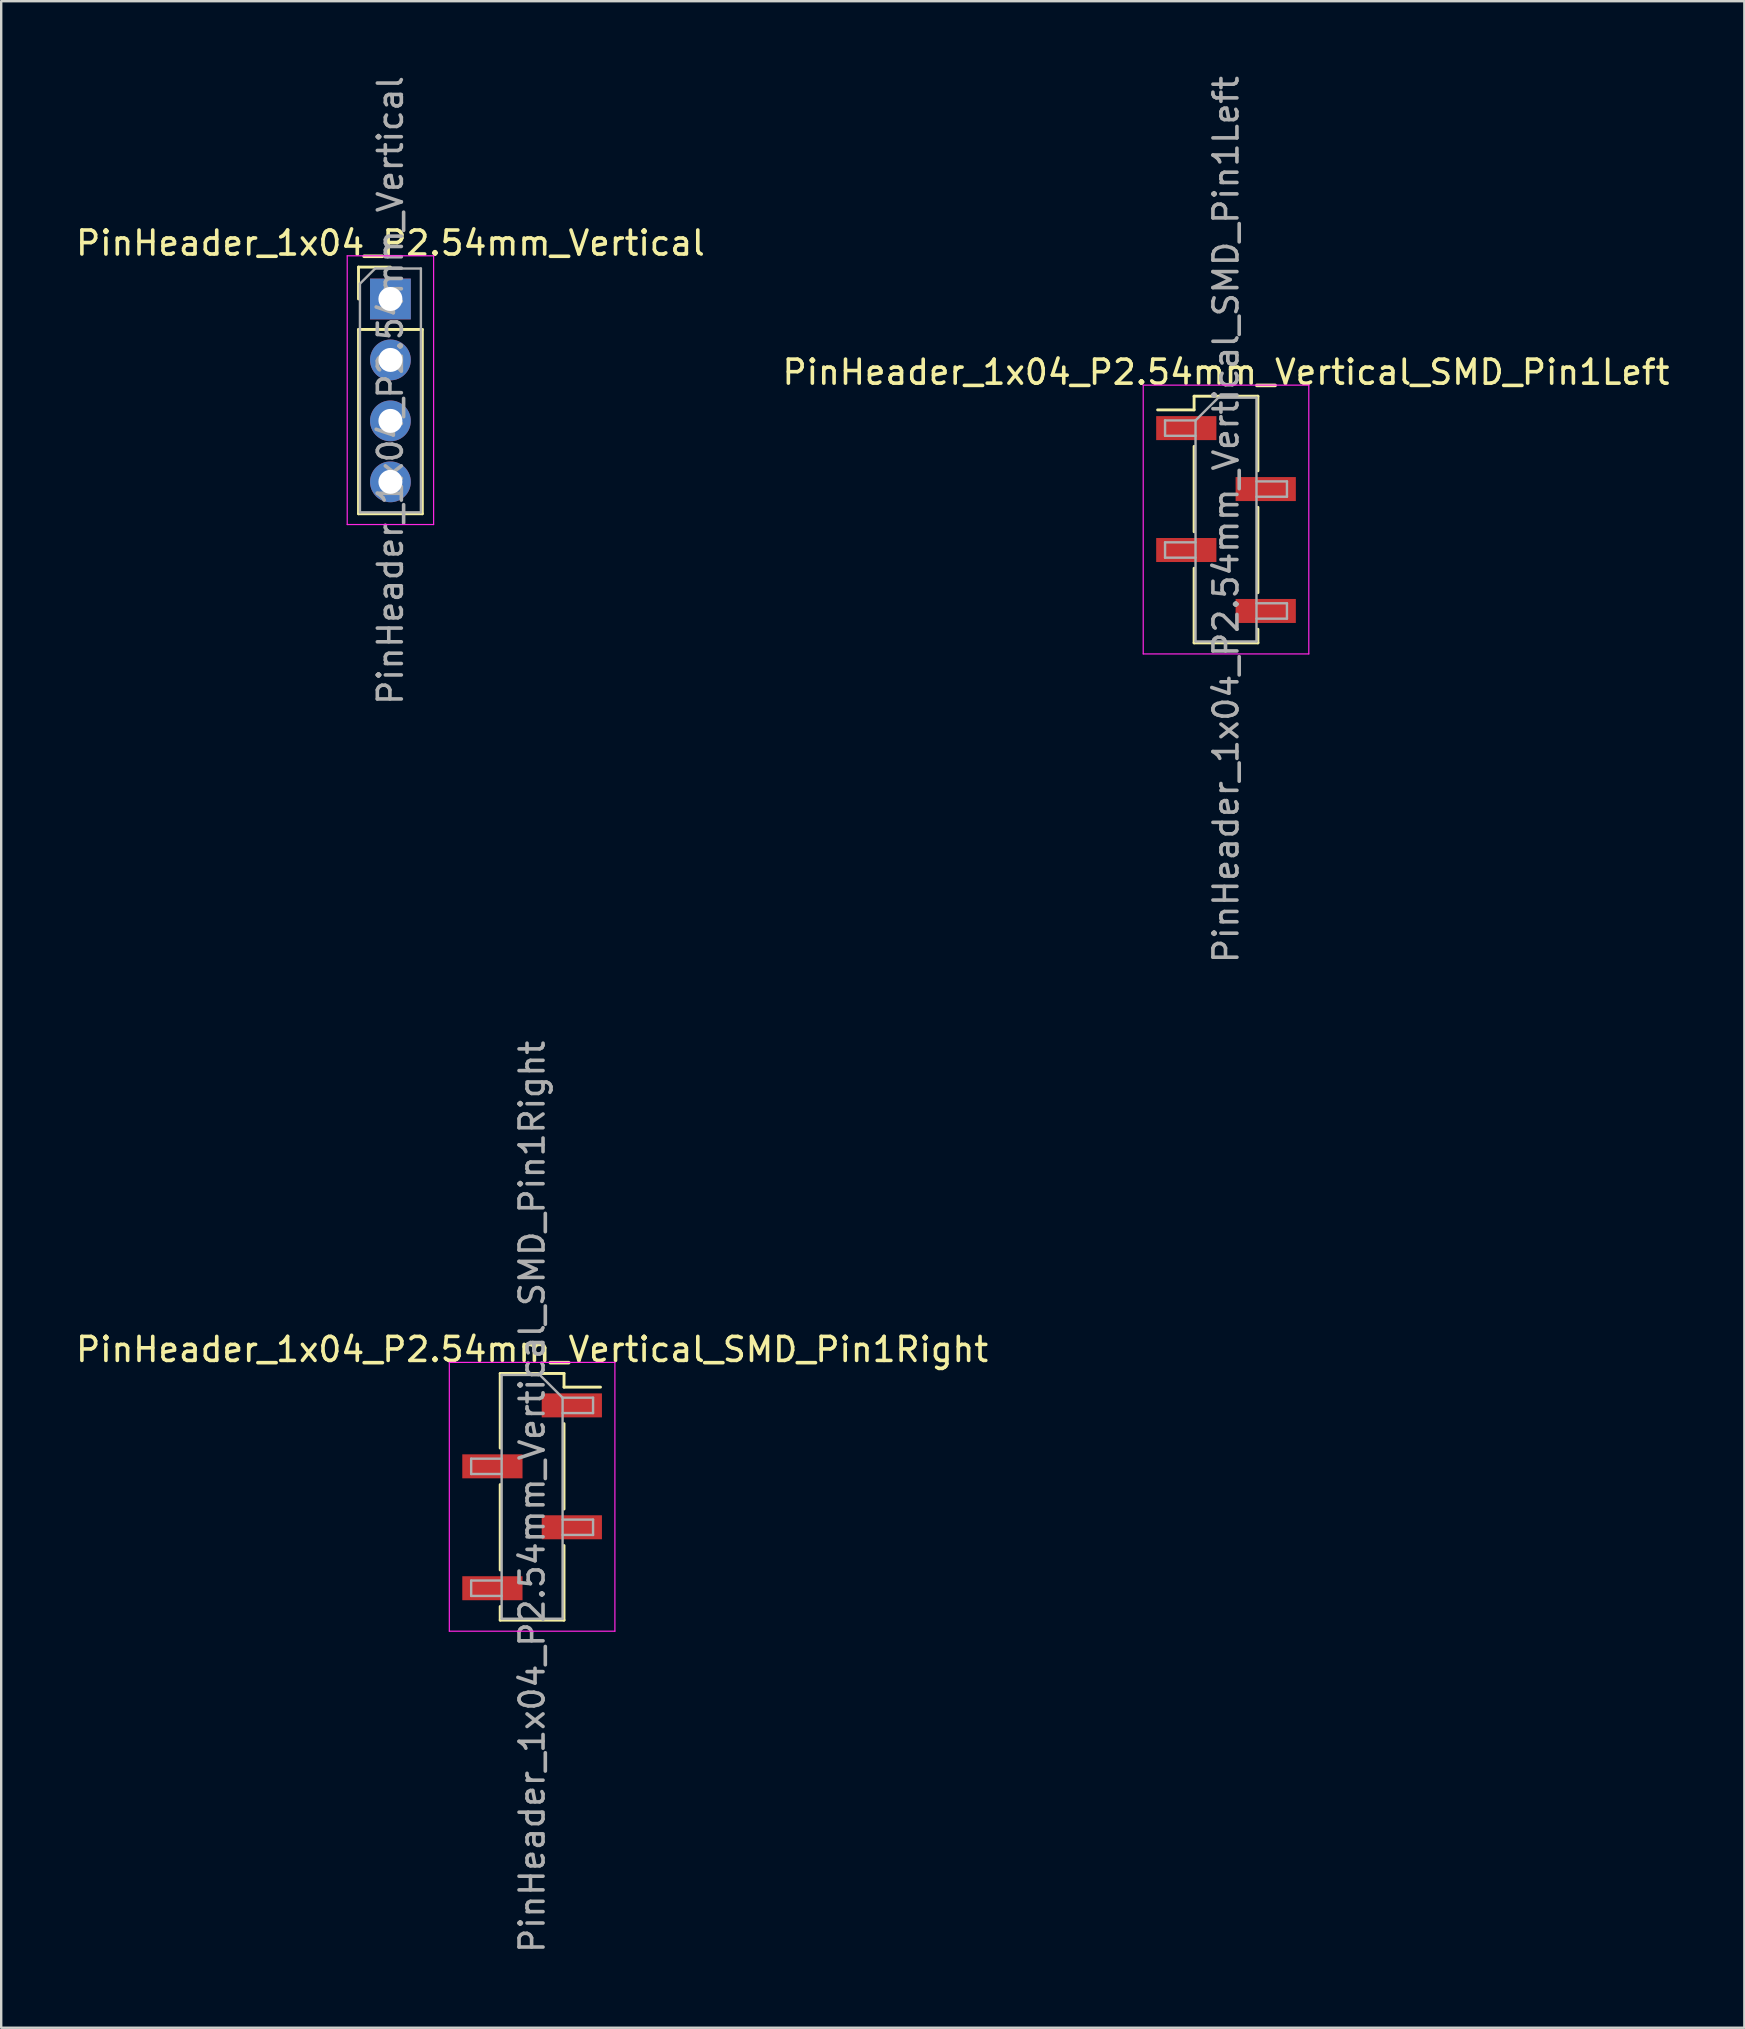
<source format=kicad_pcb>
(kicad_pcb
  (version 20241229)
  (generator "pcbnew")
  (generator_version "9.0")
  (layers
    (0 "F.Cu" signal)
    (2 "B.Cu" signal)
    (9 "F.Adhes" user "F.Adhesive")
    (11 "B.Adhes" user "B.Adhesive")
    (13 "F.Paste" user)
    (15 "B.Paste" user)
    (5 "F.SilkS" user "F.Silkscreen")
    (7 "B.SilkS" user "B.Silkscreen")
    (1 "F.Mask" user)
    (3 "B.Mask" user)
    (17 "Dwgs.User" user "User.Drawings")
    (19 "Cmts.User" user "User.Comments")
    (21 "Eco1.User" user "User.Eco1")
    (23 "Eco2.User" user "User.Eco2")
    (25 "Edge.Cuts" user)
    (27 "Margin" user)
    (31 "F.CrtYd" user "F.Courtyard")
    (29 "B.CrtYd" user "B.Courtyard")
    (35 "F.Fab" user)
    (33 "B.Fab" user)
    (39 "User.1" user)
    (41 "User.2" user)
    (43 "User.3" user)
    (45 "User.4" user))
  (footprint "PinHeader_1x04_P2.54mm_Vertical_SMD_Pin1Right"
    (layer "F.Cu")
    (at 19.125 59.327)
    (property "Reference" "PinHeader_1x04_P2.54mm_Vertical_SMD_Pin1Right" (at 0 -6.14 0) (layer "F.SilkS") (effects (font (size 1 1) (thickness 0.15))))
    (attr smd)
    (fp_line (start -1.33 -5.14) (end -1.33 -2.03) (stroke (width 0.12) (type solid)) (layer "F.SilkS"))
    (fp_line (start -1.33 -5.14) (end 1.33 -5.14) (stroke (width 0.12) (type solid)) (layer "F.SilkS"))
    (fp_line (start -1.33 -0.51) (end -1.33 3.05) (stroke (width 0.12) (type solid)) (layer "F.SilkS"))
    (fp_line (start -1.33 4.57) (end -1.33 5.14) (stroke (width 0.12) (type solid)) (layer "F.SilkS"))
    (fp_line (start -1.33 5.14) (end 1.33 5.14) (stroke (width 0.12) (type solid)) (layer "F.SilkS"))
    (fp_line (start 1.33 -5.14) (end 1.33 -4.57) (stroke (width 0.12) (type solid)) (layer "F.SilkS"))
    (fp_line (start 1.33 -4.57) (end 2.85 -4.57) (stroke (width 0.12) (type solid)) (layer "F.SilkS"))
    (fp_line (start 1.33 -3.05) (end 1.33 0.51) (stroke (width 0.12) (type solid)) (layer "F.SilkS"))
    (fp_line (start 1.33 2.03) (end 1.33 5.14) (stroke (width 0.12) (type solid)) (layer "F.SilkS"))
    (fp_line (start -3.45 -5.6) (end -3.45 5.6) (stroke (width 0.05) (type solid)) (layer "F.CrtYd"))
    (fp_line (start -3.45 5.6) (end 3.45 5.6) (stroke (width 0.05) (type solid)) (layer "F.CrtYd"))
    (fp_line (start 3.45 -5.6) (end -3.45 -5.6) (stroke (width 0.05) (type solid)) (layer "F.CrtYd"))
    (fp_line (start 3.45 5.6) (end 3.45 -5.6) (stroke (width 0.05) (type solid)) (layer "F.CrtYd"))
    (fp_line (start -2.54 -1.59) (end -2.54 -0.95) (stroke (width 0.1) (type solid)) (layer "F.Fab"))
    (fp_line (start -2.54 -0.95) (end -1.27 -0.95) (stroke (width 0.1) (type solid)) (layer "F.Fab"))
    (fp_line (start -2.54 3.49) (end -2.54 4.13) (stroke (width 0.1) (type solid)) (layer "F.Fab"))
    (fp_line (start -2.54 4.13) (end -1.27 4.13) (stroke (width 0.1) (type solid)) (layer "F.Fab"))
    (fp_line (start -1.27 -5.08) (end -1.27 5.08) (stroke (width 0.1) (type solid)) (layer "F.Fab"))
    (fp_line (start -1.27 -5.08) (end 0.32 -5.08) (stroke (width 0.1) (type solid)) (layer "F.Fab"))
    (fp_line (start -1.27 -1.59) (end -2.54 -1.59) (stroke (width 0.1) (type solid)) (layer "F.Fab"))
    (fp_line (start -1.27 3.49) (end -2.54 3.49) (stroke (width 0.1) (type solid)) (layer "F.Fab"))
    (fp_line (start 1.27 -4.13) (end 0.32 -5.08) (stroke (width 0.1) (type solid)) (layer "F.Fab"))
    (fp_line (start 1.27 -4.13) (end 2.54 -4.13) (stroke (width 0.1) (type solid)) (layer "F.Fab"))
    (fp_line (start 1.27 0.95) (end 2.54 0.95) (stroke (width 0.1) (type solid)) (layer "F.Fab"))
    (fp_line (start 1.27 5.08) (end -1.27 5.08) (stroke (width 0.1) (type solid)) (layer "F.Fab"))
    (fp_line (start 1.27 5.08) (end 1.27 -4.13) (stroke (width 0.1) (type solid)) (layer "F.Fab"))
    (fp_line (start 2.54 -4.13) (end 2.54 -3.49) (stroke (width 0.1) (type solid)) (layer "F.Fab"))
    (fp_line (start 2.54 -3.49) (end 1.27 -3.49) (stroke (width 0.1) (type solid)) (layer "F.Fab"))
    (fp_line (start 2.54 0.95) (end 2.54 1.59) (stroke (width 0.1) (type solid)) (layer "F.Fab"))
    (fp_line (start 2.54 1.59) (end 1.27 1.59) (stroke (width 0.1) (type solid)) (layer "F.Fab"))
    (fp_text user "${REFERENCE}" (at 0 0 90) (layer "F.Fab") (effects (font (size 1 1) (thickness 0.15))))
    (pad "1" smd rect (at 1.655 -3.81) (size 2.51 1) (layers "F.Cu" "F.Mask" "F.Paste"))
    (pad "2" smd rect (at -1.655 -1.27) (size 2.51 1) (layers "F.Cu" "F.Mask" "F.Paste"))
    (pad "3" smd rect (at 1.655 1.27) (size 2.51 1) (layers "F.Cu" "F.Mask" "F.Paste"))
    (pad "4" smd rect (at -1.655 3.81) (size 2.51 1) (layers "F.Cu" "F.Mask" "F.Paste")))
  (footprint "PinHeader_1x04_P2.54mm_Vertical"
    (layer "F.Cu")
    (at 13.22 9.41)
    (property "Reference" "PinHeader_1x04_P2.54mm_Vertical" (at 0 -2.33 0) (layer "F.SilkS") (effects (font (size 1 1) (thickness 0.15))))
    (attr through_hole)
    (fp_line (start -1.33 -1.33) (end 0 -1.33) (stroke (width 0.12) (type solid)) (layer "F.SilkS"))
    (fp_line (start -1.33 0) (end -1.33 -1.33) (stroke (width 0.12) (type solid)) (layer "F.SilkS"))
    (fp_line (start -1.33 1.27) (end -1.33 8.95) (stroke (width 0.12) (type solid)) (layer "F.SilkS"))
    (fp_line (start -1.33 1.27) (end 1.33 1.27) (stroke (width 0.12) (type solid)) (layer "F.SilkS"))
    (fp_line (start -1.33 8.95) (end 1.33 8.95) (stroke (width 0.12) (type solid)) (layer "F.SilkS"))
    (fp_line (start 1.33 1.27) (end 1.33 8.95) (stroke (width 0.12) (type solid)) (layer "F.SilkS"))
    (fp_line (start -1.8 -1.8) (end -1.8 9.4) (stroke (width 0.05) (type solid)) (layer "F.CrtYd"))
    (fp_line (start -1.8 9.4) (end 1.8 9.4) (stroke (width 0.05) (type solid)) (layer "F.CrtYd"))
    (fp_line (start 1.8 -1.8) (end -1.8 -1.8) (stroke (width 0.05) (type solid)) (layer "F.CrtYd"))
    (fp_line (start 1.8 9.4) (end 1.8 -1.8) (stroke (width 0.05) (type solid)) (layer "F.CrtYd"))
    (fp_line (start -1.27 -0.635) (end -0.635 -1.27) (stroke (width 0.1) (type solid)) (layer "F.Fab"))
    (fp_line (start -1.27 8.89) (end -1.27 -0.635) (stroke (width 0.1) (type solid)) (layer "F.Fab"))
    (fp_line (start -0.635 -1.27) (end 1.27 -1.27) (stroke (width 0.1) (type solid)) (layer "F.Fab"))
    (fp_line (start 1.27 -1.27) (end 1.27 8.89) (stroke (width 0.1) (type solid)) (layer "F.Fab"))
    (fp_line (start 1.27 8.89) (end -1.27 8.89) (stroke (width 0.1) (type solid)) (layer "F.Fab"))
    (fp_text user "${REFERENCE}" (at 0 3.81 90) (layer "F.Fab") (effects (font (size 1 1) (thickness 0.15))))
    (pad "1" thru_hole rect (at 0 0) (size 1.7 1.7) (drill 1) (layers "*.Cu" "*.Mask"))
    (pad "2" thru_hole oval (at 0 2.54) (size 1.7 1.7) (drill 1) (layers "*.Cu" "*.Mask"))
    (pad "3" thru_hole oval (at 0 5.08) (size 1.7 1.7) (drill 1) (layers "*.Cu" "*.Mask"))
    (pad "4" thru_hole oval (at 0 7.62) (size 1.7 1.7) (drill 1) (layers "*.Cu" "*.Mask")))
  (footprint "PinHeader_1x04_P2.54mm_Vertical_SMD_Pin1Left"
    (layer "F.Cu")
    (at 48.042 18.601)
    (property "Reference" "PinHeader_1x04_P2.54mm_Vertical_SMD_Pin1Left" (at 0 -6.14 0) (layer "F.SilkS") (effects (font (size 1 1) (thickness 0.15))))
    (attr smd)
    (fp_line (start -1.33 -5.14) (end -1.33 -4.57) (stroke (width 0.12) (type solid)) (layer "F.SilkS"))
    (fp_line (start -1.33 -5.14) (end 1.33 -5.14) (stroke (width 0.12) (type solid)) (layer "F.SilkS"))
    (fp_line (start -1.33 -4.57) (end -2.85 -4.57) (stroke (width 0.12) (type solid)) (layer "F.SilkS"))
    (fp_line (start -1.33 -3.05) (end -1.33 0.51) (stroke (width 0.12) (type solid)) (layer "F.SilkS"))
    (fp_line (start -1.33 2.03) (end -1.33 5.14) (stroke (width 0.12) (type solid)) (layer "F.SilkS"))
    (fp_line (start -1.33 5.14) (end 1.33 5.14) (stroke (width 0.12) (type solid)) (layer "F.SilkS"))
    (fp_line (start 1.33 -5.14) (end 1.33 -2.03) (stroke (width 0.12) (type solid)) (layer "F.SilkS"))
    (fp_line (start 1.33 -0.51) (end 1.33 3.05) (stroke (width 0.12) (type solid)) (layer "F.SilkS"))
    (fp_line (start 1.33 4.57) (end 1.33 5.14) (stroke (width 0.12) (type solid)) (layer "F.SilkS"))
    (fp_line (start -3.45 -5.6) (end -3.45 5.6) (stroke (width 0.05) (type solid)) (layer "F.CrtYd"))
    (fp_line (start -3.45 5.6) (end 3.45 5.6) (stroke (width 0.05) (type solid)) (layer "F.CrtYd"))
    (fp_line (start 3.45 -5.6) (end -3.45 -5.6) (stroke (width 0.05) (type solid)) (layer "F.CrtYd"))
    (fp_line (start 3.45 5.6) (end 3.45 -5.6) (stroke (width 0.05) (type solid)) (layer "F.CrtYd"))
    (fp_line (start -2.54 -4.13) (end -2.54 -3.49) (stroke (width 0.1) (type solid)) (layer "F.Fab"))
    (fp_line (start -2.54 -3.49) (end -1.27 -3.49) (stroke (width 0.1) (type solid)) (layer "F.Fab"))
    (fp_line (start -2.54 0.95) (end -2.54 1.59) (stroke (width 0.1) (type solid)) (layer "F.Fab"))
    (fp_line (start -2.54 1.59) (end -1.27 1.59) (stroke (width 0.1) (type solid)) (layer "F.Fab"))
    (fp_line (start -1.27 -4.13) (end -2.54 -4.13) (stroke (width 0.1) (type solid)) (layer "F.Fab"))
    (fp_line (start -1.27 -4.13) (end -0.32 -5.08) (stroke (width 0.1) (type solid)) (layer "F.Fab"))
    (fp_line (start -1.27 0.95) (end -2.54 0.95) (stroke (width 0.1) (type solid)) (layer "F.Fab"))
    (fp_line (start -1.27 5.08) (end -1.27 -4.13) (stroke (width 0.1) (type solid)) (layer "F.Fab"))
    (fp_line (start -0.32 -5.08) (end 1.27 -5.08) (stroke (width 0.1) (type solid)) (layer "F.Fab"))
    (fp_line (start 1.27 -5.08) (end 1.27 5.08) (stroke (width 0.1) (type solid)) (layer "F.Fab"))
    (fp_line (start 1.27 -1.59) (end 2.54 -1.59) (stroke (width 0.1) (type solid)) (layer "F.Fab"))
    (fp_line (start 1.27 3.49) (end 2.54 3.49) (stroke (width 0.1) (type solid)) (layer "F.Fab"))
    (fp_line (start 1.27 5.08) (end -1.27 5.08) (stroke (width 0.1) (type solid)) (layer "F.Fab"))
    (fp_line (start 2.54 -1.59) (end 2.54 -0.95) (stroke (width 0.1) (type solid)) (layer "F.Fab"))
    (fp_line (start 2.54 -0.95) (end 1.27 -0.95) (stroke (width 0.1) (type solid)) (layer "F.Fab"))
    (fp_line (start 2.54 3.49) (end 2.54 4.13) (stroke (width 0.1) (type solid)) (layer "F.Fab"))
    (fp_line (start 2.54 4.13) (end 1.27 4.13) (stroke (width 0.1) (type solid)) (layer "F.Fab"))
    (fp_text user "${REFERENCE}" (at 0 0 90) (layer "F.Fab") (effects (font (size 1 1) (thickness 0.15))))
    (pad "1" smd rect (at -1.655 -3.81) (size 2.51 1) (layers "F.Cu" "F.Mask" "F.Paste"))
    (pad "2" smd rect (at 1.655 -1.27) (size 2.51 1) (layers "F.Cu" "F.Mask" "F.Paste"))
    (pad "3" smd rect (at -1.655 1.27) (size 2.51 1) (layers "F.Cu" "F.Mask" "F.Paste"))
    (pad "4" smd rect (at 1.655 3.81) (size 2.51 1) (layers "F.Cu" "F.Mask" "F.Paste")))
  (gr_rect
    (start -3 -3)
    (end 69.643 81.452)
    (stroke (width 0.1) (type default))
    (fill no)
    (layer "Edge.Cuts")))
</source>
